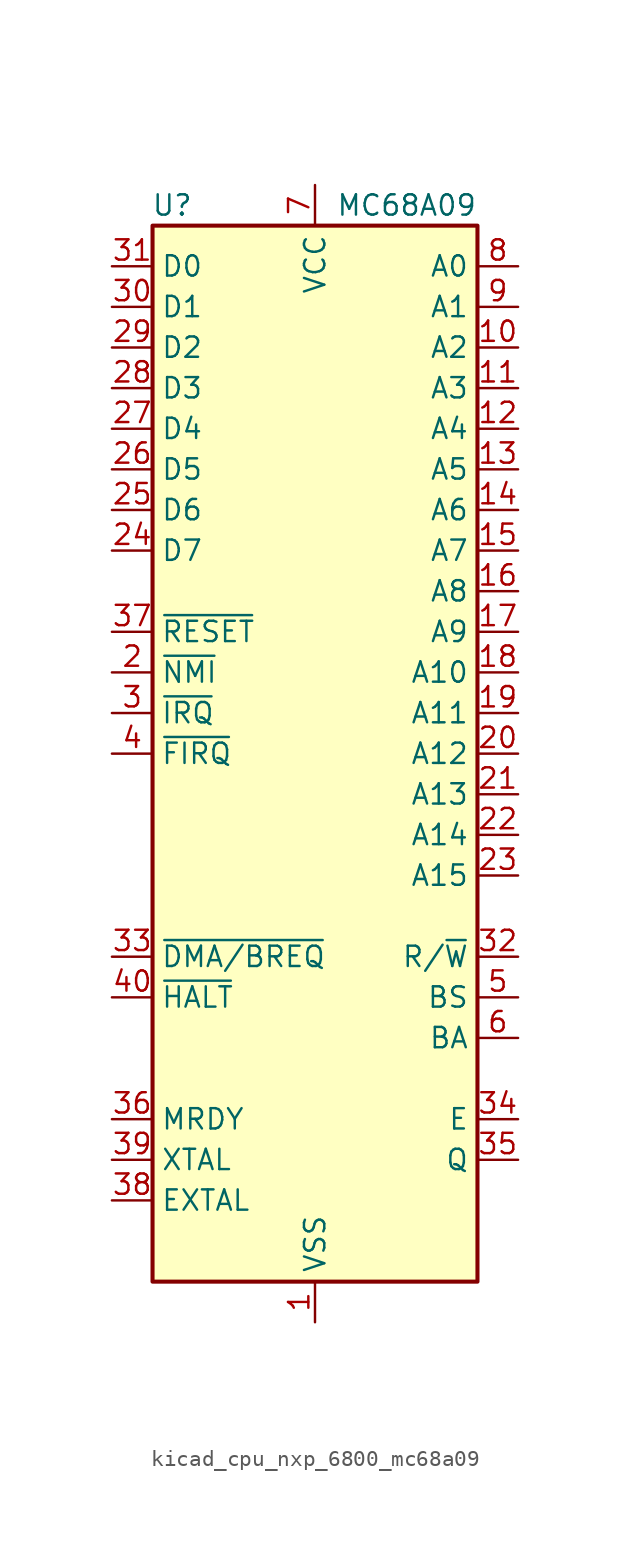
<source format=kicad_sym>
(kicad_symbol_lib
  (version 20220914)
  (generator kicad_symbol_editor)
  (symbol "kicad_cpu_nxp_6800_mc68a09"
    (property "Reference" "U"
      (at -7.62 34.29 0)
      (effects (font (size 1.27 1.27)) (justify right)))
    (property "Value" "MC68A09"
      (at 10.16 34.29 0)
      (effects (font (size 1.27 1.27)) (justify right)))
    (symbol "kicad_cpu_nxp_6800_mc68a09_0_1"
      (rectangle (start -10.16 -33.02) (end 10.16 33.02) (stroke (width 0.254) (type default)) (fill (type background))))
    (symbol "kicad_cpu_nxp_6800_mc68a09_1_1"
      (pin power_in line (at 0 -35.56 90) (length 2.54) (name "VSS" (effects (font (size 1.27 1.27)))) (number "1" (effects (font (size 1.27 1.27)))))
      (pin output line (at 12.7 25.4 180) (length 2.54) (name "A2" (effects (font (size 1.27 1.27)))) (number "10" (effects (font (size 1.27 1.27)))))
      (pin output line (at 12.7 22.86 180) (length 2.54) (name "A3" (effects (font (size 1.27 1.27)))) (number "11" (effects (font (size 1.27 1.27)))))
      (pin output line (at 12.7 20.32 180) (length 2.54) (name "A4" (effects (font (size 1.27 1.27)))) (number "12" (effects (font (size 1.27 1.27)))))
      (pin output line (at 12.7 17.78 180) (length 2.54) (name "A5" (effects (font (size 1.27 1.27)))) (number "13" (effects (font (size 1.27 1.27)))))
      (pin output line (at 12.7 15.24 180) (length 2.54) (name "A6" (effects (font (size 1.27 1.27)))) (number "14" (effects (font (size 1.27 1.27)))))
      (pin output line (at 12.7 12.7 180) (length 2.54) (name "A7" (effects (font (size 1.27 1.27)))) (number "15" (effects (font (size 1.27 1.27)))))
      (pin output line (at 12.7 10.16 180) (length 2.54) (name "A8" (effects (font (size 1.27 1.27)))) (number "16" (effects (font (size 1.27 1.27)))))
      (pin output line (at 12.7 7.62 180) (length 2.54) (name "A9" (effects (font (size 1.27 1.27)))) (number "17" (effects (font (size 1.27 1.27)))))
      (pin output line (at 12.7 5.08 180) (length 2.54) (name "A10" (effects (font (size 1.27 1.27)))) (number "18" (effects (font (size 1.27 1.27)))))
      (pin output line (at 12.7 2.54 180) (length 2.54) (name "A11" (effects (font (size 1.27 1.27)))) (number "19" (effects (font (size 1.27 1.27)))))
      (pin input line (at -12.7 5.08 0) (length 2.54) (name "~{NMI}" (effects (font (size 1.27 1.27)))) (number "2" (effects (font (size 1.27 1.27)))))
      (pin output line (at 12.7 0 180) (length 2.54) (name "A12" (effects (font (size 1.27 1.27)))) (number "20" (effects (font (size 1.27 1.27)))))
      (pin output line (at 12.7 -2.54 180) (length 2.54) (name "A13" (effects (font (size 1.27 1.27)))) (number "21" (effects (font (size 1.27 1.27)))))
      (pin output line (at 12.7 -5.08 180) (length 2.54) (name "A14" (effects (font (size 1.27 1.27)))) (number "22" (effects (font (size 1.27 1.27)))))
      (pin output line (at 12.7 -7.62 180) (length 2.54) (name "A15" (effects (font (size 1.27 1.27)))) (number "23" (effects (font (size 1.27 1.27)))))
      (pin bidirectional line (at -12.7 12.7 0) (length 2.54) (name "D7" (effects (font (size 1.27 1.27)))) (number "24" (effects (font (size 1.27 1.27)))))
      (pin bidirectional line (at -12.7 15.24 0) (length 2.54) (name "D6" (effects (font (size 1.27 1.27)))) (number "25" (effects (font (size 1.27 1.27)))))
      (pin bidirectional line (at -12.7 17.78 0) (length 2.54) (name "D5" (effects (font (size 1.27 1.27)))) (number "26" (effects (font (size 1.27 1.27)))))
      (pin bidirectional line (at -12.7 20.32 0) (length 2.54) (name "D4" (effects (font (size 1.27 1.27)))) (number "27" (effects (font (size 1.27 1.27)))))
      (pin bidirectional line (at -12.7 22.86 0) (length 2.54) (name "D3" (effects (font (size 1.27 1.27)))) (number "28" (effects (font (size 1.27 1.27)))))
      (pin bidirectional line (at -12.7 25.4 0) (length 2.54) (name "D2" (effects (font (size 1.27 1.27)))) (number "29" (effects (font (size 1.27 1.27)))))
      (pin input line (at -12.7 2.54 0) (length 2.54) (name "~{IRQ}" (effects (font (size 1.27 1.27)))) (number "3" (effects (font (size 1.27 1.27)))))
      (pin bidirectional line (at -12.7 27.94 0) (length 2.54) (name "D1" (effects (font (size 1.27 1.27)))) (number "30" (effects (font (size 1.27 1.27)))))
      (pin bidirectional line (at -12.7 30.48 0) (length 2.54) (name "D0" (effects (font (size 1.27 1.27)))) (number "31" (effects (font (size 1.27 1.27)))))
      (pin output line (at 12.7 -12.7 180) (length 2.54) (name "R/~{W}" (effects (font (size 1.27 1.27)))) (number "32" (effects (font (size 1.27 1.27)))))
      (pin input line (at -12.7 -12.7 0) (length 2.54) (name "~{DMA/BREQ}" (effects (font (size 1.27 1.27)))) (number "33" (effects (font (size 1.27 1.27)))))
      (pin output line (at 12.7 -22.86 180) (length 2.54) (name "E" (effects (font (size 1.27 1.27)))) (number "34" (effects (font (size 1.27 1.27)))))
      (pin output line (at 12.7 -25.4 180) (length 2.54) (name "Q" (effects (font (size 1.27 1.27)))) (number "35" (effects (font (size 1.27 1.27)))))
      (pin input line (at -12.7 -22.86 0) (length 2.54) (name "MRDY" (effects (font (size 1.27 1.27)))) (number "36" (effects (font (size 1.27 1.27)))))
      (pin input line (at -12.7 7.62 0) (length 2.54) (name "~{RESET}" (effects (font (size 1.27 1.27)))) (number "37" (effects (font (size 1.27 1.27)))))
      (pin input line (at -12.7 -27.94 0) (length 2.54) (name "EXTAL" (effects (font (size 1.27 1.27)))) (number "38" (effects (font (size 1.27 1.27)))))
      (pin input line (at -12.7 -25.4 0) (length 2.54) (name "XTAL" (effects (font (size 1.27 1.27)))) (number "39" (effects (font (size 1.27 1.27)))))
      (pin input line (at -12.7 0 0) (length 2.54) (name "~{FIRQ}" (effects (font (size 1.27 1.27)))) (number "4" (effects (font (size 1.27 1.27)))))
      (pin input line (at -12.7 -15.24 0) (length 2.54) (name "~{HALT}" (effects (font (size 1.27 1.27)))) (number "40" (effects (font (size 1.27 1.27)))))
      (pin output line (at 12.7 -15.24 180) (length 2.54) (name "BS" (effects (font (size 1.27 1.27)))) (number "5" (effects (font (size 1.27 1.27)))))
      (pin output line (at 12.7 -17.78 180) (length 2.54) (name "BA" (effects (font (size 1.27 1.27)))) (number "6" (effects (font (size 1.27 1.27)))))
      (pin power_in line (at 0 35.56 270) (length 2.54) (name "VCC" (effects (font (size 1.27 1.27)))) (number "7" (effects (font (size 1.27 1.27)))))
      (pin output line (at 12.7 30.48 180) (length 2.54) (name "A0" (effects (font (size 1.27 1.27)))) (number "8" (effects (font (size 1.27 1.27)))))
      (pin output line (at 12.7 27.94 180) (length 2.54) (name "A1" (effects (font (size 1.27 1.27)))) (number "9" (effects (font (size 1.27 1.27))))))))
</source>
